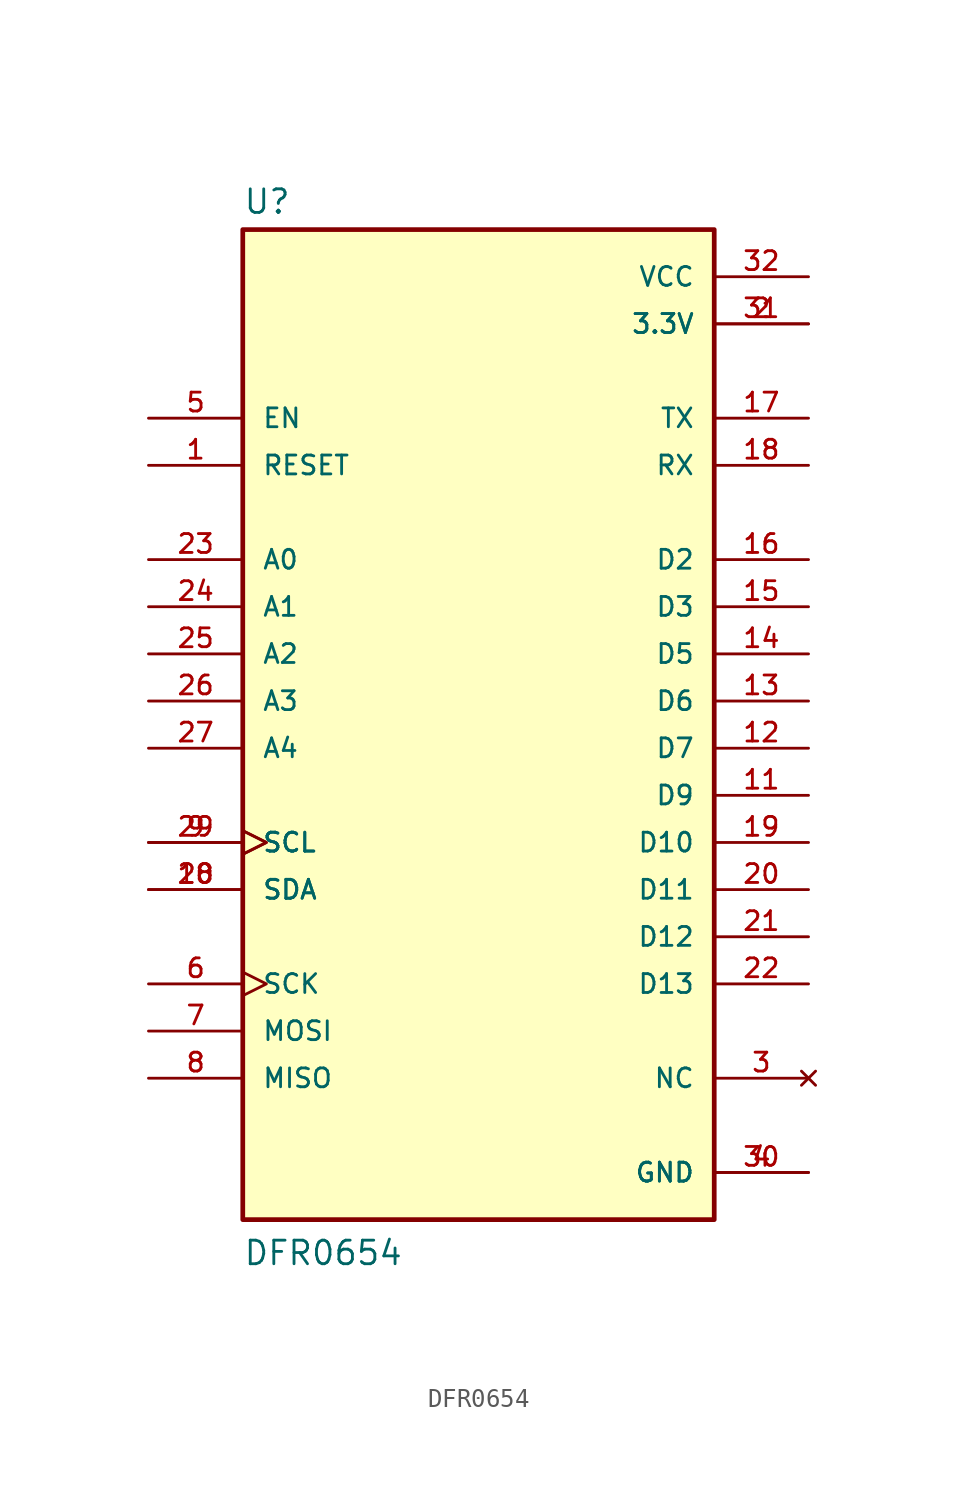
<source format=kicad_sym>
(kicad_symbol_lib
  (version 20211014)
  (generator kicad_symbol_editor)
  (symbol "DFR0654"
    (pin_names
      (offset 1.016))
    (property "Reference" "U"
      (at -12.7 26.162 0)
      (effects (font (size 1.27 1.27)) (justify left bottom)))
    (property "Value" "DFR0654"
      (at -12.7 -30.48 0)
      (effects (font (size 1.27 1.27)) (justify left bottom)))
    (property "ki_locked" ""
      (at 0 0 0)
      (effects (font (size 1.27 1.27))))
    (symbol "DFR0654_0_0"
      (rectangle (start -12.7 -27.94) (end 12.7 25.4) (stroke (width 0.254) (type default) (color 0 0 0 0)) (fill (type background)))
      (pin input line (at -17.78 12.7 0) (length 5.08) (name "RESET" (effects (font (size 1.016 1.016)))) (number "1" (effects (font (size 1.016 1.016)))))
      (pin bidirectional line (at -17.78 -10.16 0) (length 5.08) (name "SDA" (effects (font (size 1.016 1.016)))) (number "10" (effects (font (size 1.016 1.016)))))
      (pin bidirectional line (at 17.78 -5.08 180) (length 5.08) (name "D9" (effects (font (size 1.016 1.016)))) (number "11" (effects (font (size 1.016 1.016)))))
      (pin bidirectional line (at 17.78 -2.54 180) (length 5.08) (name "D7" (effects (font (size 1.016 1.016)))) (number "12" (effects (font (size 1.016 1.016)))))
      (pin bidirectional line (at 17.78 0 180) (length 5.08) (name "D6" (effects (font (size 1.016 1.016)))) (number "13" (effects (font (size 1.016 1.016)))))
      (pin bidirectional line (at 17.78 2.54 180) (length 5.08) (name "D5" (effects (font (size 1.016 1.016)))) (number "14" (effects (font (size 1.016 1.016)))))
      (pin bidirectional line (at 17.78 5.08 180) (length 5.08) (name "D3" (effects (font (size 1.016 1.016)))) (number "15" (effects (font (size 1.016 1.016)))))
      (pin bidirectional line (at 17.78 7.62 180) (length 5.08) (name "D2" (effects (font (size 1.016 1.016)))) (number "16" (effects (font (size 1.016 1.016)))))
      (pin output line (at 17.78 15.24 180) (length 5.08) (name "TX" (effects (font (size 1.016 1.016)))) (number "17" (effects (font (size 1.016 1.016)))))
      (pin input line (at 17.78 12.7 180) (length 5.08) (name "RX" (effects (font (size 1.016 1.016)))) (number "18" (effects (font (size 1.016 1.016)))))
      (pin bidirectional line (at 17.78 -7.62 180) (length 5.08) (name "D10" (effects (font (size 1.016 1.016)))) (number "19" (effects (font (size 1.016 1.016)))))
      (pin power_in line (at 17.78 20.32 180) (length 5.08) (name "3.3V" (effects (font (size 1.016 1.016)))) (number "2" (effects (font (size 1.016 1.016)))))
      (pin bidirectional line (at 17.78 -10.16 180) (length 5.08) (name "D11" (effects (font (size 1.016 1.016)))) (number "20" (effects (font (size 1.016 1.016)))))
      (pin bidirectional line (at 17.78 -12.7 180) (length 5.08) (name "D12" (effects (font (size 1.016 1.016)))) (number "21" (effects (font (size 1.016 1.016)))))
      (pin bidirectional line (at 17.78 -15.24 180) (length 5.08) (name "D13" (effects (font (size 1.016 1.016)))) (number "22" (effects (font (size 1.016 1.016)))))
      (pin input line (at -17.78 7.62 0) (length 5.08) (name "A0" (effects (font (size 1.016 1.016)))) (number "23" (effects (font (size 1.016 1.016)))))
      (pin input line (at -17.78 5.08 0) (length 5.08) (name "A1" (effects (font (size 1.016 1.016)))) (number "24" (effects (font (size 1.016 1.016)))))
      (pin input line (at -17.78 2.54 0) (length 5.08) (name "A2" (effects (font (size 1.016 1.016)))) (number "25" (effects (font (size 1.016 1.016)))))
      (pin input line (at -17.78 0 0) (length 5.08) (name "A3" (effects (font (size 1.016 1.016)))) (number "26" (effects (font (size 1.016 1.016)))))
      (pin input line (at -17.78 -2.54 0) (length 5.08) (name "A4" (effects (font (size 1.016 1.016)))) (number "27" (effects (font (size 1.016 1.016)))))
      (pin bidirectional line (at -17.78 -10.16 0) (length 5.08) (name "SDA" (effects (font (size 1.016 1.016)))) (number "28" (effects (font (size 1.016 1.016)))))
      (pin input clock (at -17.78 -7.62 0) (length 5.08) (name "SCL" (effects (font (size 1.016 1.016)))) (number "29" (effects (font (size 1.016 1.016)))))
      (pin no_connect line (at 17.78 -20.32 180) (length 5.08) (name "NC" (effects (font (size 1.016 1.016)))) (number "3" (effects (font (size 1.016 1.016)))))
      (pin power_in line (at 17.78 -25.4 180) (length 5.08) (name "GND" (effects (font (size 1.016 1.016)))) (number "30" (effects (font (size 1.016 1.016)))))
      (pin power_in line (at 17.78 20.32 180) (length 5.08) (name "3.3V" (effects (font (size 1.016 1.016)))) (number "31" (effects (font (size 1.016 1.016)))))
      (pin power_in line (at 17.78 22.86 180) (length 5.08) (name "VCC" (effects (font (size 1.016 1.016)))) (number "32" (effects (font (size 1.016 1.016)))))
      (pin power_in line (at 17.78 -25.4 180) (length 5.08) (name "GND" (effects (font (size 1.016 1.016)))) (number "4" (effects (font (size 1.016 1.016)))))
      (pin input line (at -17.78 15.24 0) (length 5.08) (name "EN" (effects (font (size 1.016 1.016)))) (number "5" (effects (font (size 1.016 1.016)))))
      (pin input clock (at -17.78 -15.24 0) (length 5.08) (name "SCK" (effects (font (size 1.016 1.016)))) (number "6" (effects (font (size 1.016 1.016)))))
      (pin input line (at -17.78 -17.78 0) (length 5.08) (name "MOSI" (effects (font (size 1.016 1.016)))) (number "7" (effects (font (size 1.016 1.016)))))
      (pin output line (at -17.78 -20.32 0) (length 5.08) (name "MISO" (effects (font (size 1.016 1.016)))) (number "8" (effects (font (size 1.016 1.016)))))
      (pin input clock (at -17.78 -7.62 0) (length 5.08) (name "SCL" (effects (font (size 1.016 1.016)))) (number "9" (effects (font (size 1.016 1.016))))))))
</source>
